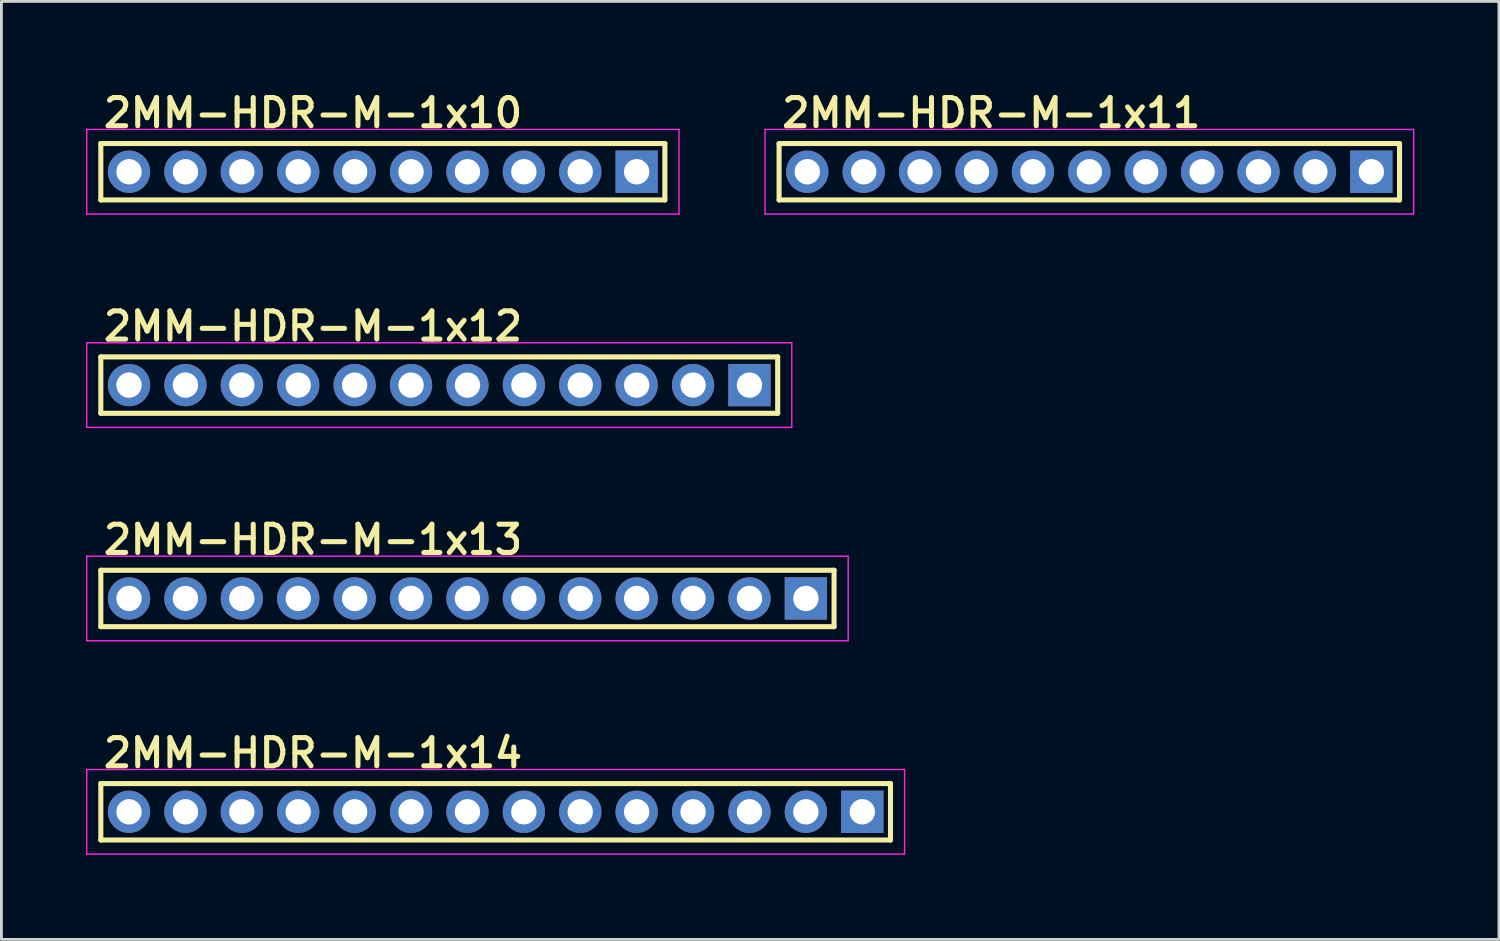
<source format=kicad_pcb>
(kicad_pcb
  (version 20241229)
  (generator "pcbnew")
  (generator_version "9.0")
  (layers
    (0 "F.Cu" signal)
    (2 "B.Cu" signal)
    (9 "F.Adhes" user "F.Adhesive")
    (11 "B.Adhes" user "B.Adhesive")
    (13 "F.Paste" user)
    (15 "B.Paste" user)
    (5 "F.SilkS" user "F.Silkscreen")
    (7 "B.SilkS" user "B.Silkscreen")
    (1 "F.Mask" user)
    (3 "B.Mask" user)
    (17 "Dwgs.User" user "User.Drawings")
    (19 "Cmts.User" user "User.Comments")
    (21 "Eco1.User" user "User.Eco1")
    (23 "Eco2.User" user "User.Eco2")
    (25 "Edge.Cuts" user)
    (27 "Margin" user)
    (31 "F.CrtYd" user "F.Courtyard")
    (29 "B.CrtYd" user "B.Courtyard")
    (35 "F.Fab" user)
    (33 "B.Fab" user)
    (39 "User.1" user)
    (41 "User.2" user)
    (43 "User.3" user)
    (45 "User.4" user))
  (footprint "2MM-HDR-M-1x13"
    (layer "F.Cu")
    (at 13.525 18.17)
    (property "Reference" "2MM-HDR-M-1x13" (at -13 -1.5 0) (layer "F.SilkS") (effects (font (size 1 1) (thickness 0.18)) (justify left bottom)))
    (attr through_hole)
    (fp_line (start -13 -1) (end 13 -1) (stroke (width 0.18) (type solid)) (layer "F.SilkS"))
    (fp_line (start -13 1) (end -13 -1) (stroke (width 0.18) (type solid)) (layer "F.SilkS"))
    (fp_line (start 13 -1) (end 13 1) (stroke (width 0.18) (type solid)) (layer "F.SilkS"))
    (fp_line (start 13 1) (end -13 1) (stroke (width 0.18) (type solid)) (layer "F.SilkS"))
    (fp_line (start -13.5 -1.5) (end 13.5 -1.5) (stroke (width 0.05) (type solid)) (layer "F.CrtYd"))
    (fp_line (start -13.5 1.5) (end -13.5 -1.5) (stroke (width 0.05) (type solid)) (layer "F.CrtYd"))
    (fp_line (start 13.5 -1.5) (end 13.5 1.5) (stroke (width 0.05) (type solid)) (layer "F.CrtYd"))
    (fp_line (start 13.5 1.5) (end -13.5 1.5) (stroke (width 0.05) (type solid)) (layer "F.CrtYd"))
    (pad "1" thru_hole rect (at 12 0) (size 1.5 1.5) (drill 0.9) (layers "*.Cu" "*.Mask"))
    (pad "2" thru_hole circle (at 10 0 90) (size 1.5 1.5) (drill 0.9) (layers "*.Cu" "*.Mask"))
    (pad "3" thru_hole circle (at 8 0 90) (size 1.5 1.5) (drill 0.9) (layers "*.Cu" "*.Mask"))
    (pad "4" thru_hole circle (at 6 0 90) (size 1.5 1.5) (drill 0.9) (layers "*.Cu" "*.Mask"))
    (pad "5" thru_hole circle (at 4 0 90) (size 1.5 1.5) (drill 0.9) (layers "*.Cu" "*.Mask"))
    (pad "6" thru_hole circle (at 2 0 90) (size 1.5 1.5) (drill 0.9) (layers "*.Cu" "*.Mask"))
    (pad "7" thru_hole circle (at 0 0 90) (size 1.5 1.5) (drill 0.9) (layers "*.Cu" "*.Mask"))
    (pad "8" thru_hole circle (at -2 0 90) (size 1.5 1.5) (drill 0.9) (layers "*.Cu" "*.Mask"))
    (pad "9" thru_hole circle (at -4 0 90) (size 1.5 1.5) (drill 0.9) (layers "*.Cu" "*.Mask"))
    (pad "10" thru_hole circle (at -6 0 90) (size 1.5 1.5) (drill 0.9) (layers "*.Cu" "*.Mask"))
    (pad "11" thru_hole circle (at -8 0 90) (size 1.5 1.5) (drill 0.9) (layers "*.Cu" "*.Mask"))
    (pad "12" thru_hole circle (at -10 0 90) (size 1.5 1.5) (drill 0.9) (layers "*.Cu" "*.Mask"))
    (pad "13" thru_hole circle (at -12 0 90) (size 1.5 1.5) (drill 0.9) (layers "*.Cu" "*.Mask")))
  (footprint "2MM-HDR-M-1x12"
    (layer "F.Cu")
    (at 12.525 10.605)
    (property "Reference" "2MM-HDR-M-1x12" (at -12 -1.5 0) (layer "F.SilkS") (effects (font (size 1 1) (thickness 0.18)) (justify left bottom)))
    (attr through_hole)
    (fp_line (start -12 -1) (end 12 -1) (stroke (width 0.18) (type solid)) (layer "F.SilkS"))
    (fp_line (start -12 1) (end -12 -1) (stroke (width 0.18) (type solid)) (layer "F.SilkS"))
    (fp_line (start 12 -1) (end 12 1) (stroke (width 0.18) (type solid)) (layer "F.SilkS"))
    (fp_line (start 12 1) (end -12 1) (stroke (width 0.18) (type solid)) (layer "F.SilkS"))
    (fp_line (start -12.5 -1.5) (end 12.5 -1.5) (stroke (width 0.05) (type solid)) (layer "F.CrtYd"))
    (fp_line (start -12.5 1.5) (end -12.5 -1.5) (stroke (width 0.05) (type solid)) (layer "F.CrtYd"))
    (fp_line (start 12.5 -1.5) (end 12.5 1.5) (stroke (width 0.05) (type solid)) (layer "F.CrtYd"))
    (fp_line (start 12.5 1.5) (end -12.5 1.5) (stroke (width 0.05) (type solid)) (layer "F.CrtYd"))
    (pad "1" thru_hole rect (at 11 0) (size 1.5 1.5) (drill 0.9) (layers "*.Cu" "*.Mask"))
    (pad "2" thru_hole circle (at 9 0 90) (size 1.5 1.5) (drill 0.9) (layers "*.Cu" "*.Mask"))
    (pad "3" thru_hole circle (at 7 0 90) (size 1.5 1.5) (drill 0.9) (layers "*.Cu" "*.Mask"))
    (pad "4" thru_hole circle (at 5 0 90) (size 1.5 1.5) (drill 0.9) (layers "*.Cu" "*.Mask"))
    (pad "5" thru_hole circle (at 3 0 90) (size 1.5 1.5) (drill 0.9) (layers "*.Cu" "*.Mask"))
    (pad "6" thru_hole circle (at 1 0 90) (size 1.5 1.5) (drill 0.9) (layers "*.Cu" "*.Mask"))
    (pad "7" thru_hole circle (at -1 0 90) (size 1.5 1.5) (drill 0.9) (layers "*.Cu" "*.Mask"))
    (pad "8" thru_hole circle (at -3 0 90) (size 1.5 1.5) (drill 0.9) (layers "*.Cu" "*.Mask"))
    (pad "9" thru_hole circle (at -5 0 90) (size 1.5 1.5) (drill 0.9) (layers "*.Cu" "*.Mask"))
    (pad "10" thru_hole circle (at -7 0 90) (size 1.5 1.5) (drill 0.9) (layers "*.Cu" "*.Mask"))
    (pad "11" thru_hole circle (at -9 0 90) (size 1.5 1.5) (drill 0.9) (layers "*.Cu" "*.Mask"))
    (pad "12" thru_hole circle (at -11 0 90) (size 1.5 1.5) (drill 0.9) (layers "*.Cu" "*.Mask")))
  (footprint "2MM-HDR-M-1x11"
    (layer "F.Cu")
    (at 35.575 3.04)
    (property "Reference" "2MM-HDR-M-1x11" (at -11 -1.5 0) (layer "F.SilkS") (effects (font (size 1 1) (thickness 0.18)) (justify left bottom)))
    (attr through_hole)
    (fp_line (start -11 -1) (end 11 -1) (stroke (width 0.18) (type solid)) (layer "F.SilkS"))
    (fp_line (start -11 1) (end -11 -1) (stroke (width 0.18) (type solid)) (layer "F.SilkS"))
    (fp_line (start 11 -1) (end 11 1) (stroke (width 0.18) (type solid)) (layer "F.SilkS"))
    (fp_line (start 11 1) (end -11 1) (stroke (width 0.18) (type solid)) (layer "F.SilkS"))
    (fp_line (start -11.5 -1.5) (end 11.5 -1.5) (stroke (width 0.05) (type solid)) (layer "F.CrtYd"))
    (fp_line (start -11.5 1.5) (end -11.5 -1.5) (stroke (width 0.05) (type solid)) (layer "F.CrtYd"))
    (fp_line (start 11.5 -1.5) (end 11.5 1.5) (stroke (width 0.05) (type solid)) (layer "F.CrtYd"))
    (fp_line (start 11.5 1.5) (end -11.5 1.5) (stroke (width 0.05) (type solid)) (layer "F.CrtYd"))
    (pad "1" thru_hole rect (at 10 0) (size 1.5 1.5) (drill 0.9) (layers "*.Cu" "*.Mask"))
    (pad "2" thru_hole circle (at 8 0 90) (size 1.5 1.5) (drill 0.9) (layers "*.Cu" "*.Mask"))
    (pad "3" thru_hole circle (at 6 0 90) (size 1.5 1.5) (drill 0.9) (layers "*.Cu" "*.Mask"))
    (pad "4" thru_hole circle (at 4 0 90) (size 1.5 1.5) (drill 0.9) (layers "*.Cu" "*.Mask"))
    (pad "5" thru_hole circle (at 2 0 90) (size 1.5 1.5) (drill 0.9) (layers "*.Cu" "*.Mask"))
    (pad "6" thru_hole circle (at 0 0 90) (size 1.5 1.5) (drill 0.9) (layers "*.Cu" "*.Mask"))
    (pad "7" thru_hole circle (at -2 0 90) (size 1.5 1.5) (drill 0.9) (layers "*.Cu" "*.Mask"))
    (pad "8" thru_hole circle (at -4 0 90) (size 1.5 1.5) (drill 0.9) (layers "*.Cu" "*.Mask"))
    (pad "9" thru_hole circle (at -6 0 90) (size 1.5 1.5) (drill 0.9) (layers "*.Cu" "*.Mask"))
    (pad "10" thru_hole circle (at -8 0 90) (size 1.5 1.5) (drill 0.9) (layers "*.Cu" "*.Mask"))
    (pad "11" thru_hole circle (at -10 0 90) (size 1.5 1.5) (drill 0.9) (layers "*.Cu" "*.Mask")))
  (footprint "2MM-HDR-M-1x14"
    (layer "F.Cu")
    (at 14.525 25.735)
    (property "Reference" "2MM-HDR-M-1x14" (at -14 -1.5 0) (layer "F.SilkS") (effects (font (size 1 1) (thickness 0.18)) (justify left bottom)))
    (attr through_hole)
    (fp_line (start -14 -1) (end 14 -1) (stroke (width 0.18) (type solid)) (layer "F.SilkS"))
    (fp_line (start -14 1) (end -14 -1) (stroke (width 0.18) (type solid)) (layer "F.SilkS"))
    (fp_line (start 14 -1) (end 14 1) (stroke (width 0.18) (type solid)) (layer "F.SilkS"))
    (fp_line (start 14 1) (end -14 1) (stroke (width 0.18) (type solid)) (layer "F.SilkS"))
    (fp_line (start -14.5 -1.5) (end 14.5 -1.5) (stroke (width 0.05) (type solid)) (layer "F.CrtYd"))
    (fp_line (start -14.5 1.5) (end -14.5 -1.5) (stroke (width 0.05) (type solid)) (layer "F.CrtYd"))
    (fp_line (start 14.5 -1.5) (end 14.5 1.5) (stroke (width 0.05) (type solid)) (layer "F.CrtYd"))
    (fp_line (start 14.5 1.5) (end -14.5 1.5) (stroke (width 0.05) (type solid)) (layer "F.CrtYd"))
    (pad "1" thru_hole rect (at 13 0) (size 1.5 1.5) (drill 0.9) (layers "*.Cu" "*.Mask"))
    (pad "2" thru_hole circle (at 11 0 90) (size 1.5 1.5) (drill 0.9) (layers "*.Cu" "*.Mask"))
    (pad "3" thru_hole circle (at 9 0 90) (size 1.5 1.5) (drill 0.9) (layers "*.Cu" "*.Mask"))
    (pad "4" thru_hole circle (at 7 0 90) (size 1.5 1.5) (drill 0.9) (layers "*.Cu" "*.Mask"))
    (pad "5" thru_hole circle (at 5 0 90) (size 1.5 1.5) (drill 0.9) (layers "*.Cu" "*.Mask"))
    (pad "6" thru_hole circle (at 3 0 90) (size 1.5 1.5) (drill 0.9) (layers "*.Cu" "*.Mask"))
    (pad "7" thru_hole circle (at 1 0 90) (size 1.5 1.5) (drill 0.9) (layers "*.Cu" "*.Mask"))
    (pad "8" thru_hole circle (at -1 0 90) (size 1.5 1.5) (drill 0.9) (layers "*.Cu" "*.Mask"))
    (pad "9" thru_hole circle (at -3 0 90) (size 1.5 1.5) (drill 0.9) (layers "*.Cu" "*.Mask"))
    (pad "10" thru_hole circle (at -5 0 90) (size 1.5 1.5) (drill 0.9) (layers "*.Cu" "*.Mask"))
    (pad "11" thru_hole circle (at -7 0 90) (size 1.5 1.5) (drill 0.9) (layers "*.Cu" "*.Mask"))
    (pad "12" thru_hole circle (at -9 0 90) (size 1.5 1.5) (drill 0.9) (layers "*.Cu" "*.Mask"))
    (pad "13" thru_hole circle (at -11 0 90) (size 1.5 1.5) (drill 0.9) (layers "*.Cu" "*.Mask"))
    (pad "14" thru_hole circle (at -13 0 90) (size 1.5 1.5) (drill 0.9) (layers "*.Cu" "*.Mask")))
  (footprint "2MM-HDR-M-1x10"
    (layer "F.Cu")
    (at 10.525 3.04)
    (property "Reference" "2MM-HDR-M-1x10" (at -10 -1.5 0) (layer "F.SilkS") (effects (font (size 1 1) (thickness 0.18)) (justify left bottom)))
    (attr through_hole)
    (fp_line (start -10 -1) (end 10 -1) (stroke (width 0.18) (type solid)) (layer "F.SilkS"))
    (fp_line (start -10 1) (end -10 -1) (stroke (width 0.18) (type solid)) (layer "F.SilkS"))
    (fp_line (start 10 -1) (end 10 1) (stroke (width 0.18) (type solid)) (layer "F.SilkS"))
    (fp_line (start 10 1) (end -10 1) (stroke (width 0.18) (type solid)) (layer "F.SilkS"))
    (fp_line (start -10.5 -1.5) (end 10.5 -1.5) (stroke (width 0.05) (type solid)) (layer "F.CrtYd"))
    (fp_line (start -10.5 1.5) (end -10.5 -1.5) (stroke (width 0.05) (type solid)) (layer "F.CrtYd"))
    (fp_line (start 10.5 -1.5) (end 10.5 1.5) (stroke (width 0.05) (type solid)) (layer "F.CrtYd"))
    (fp_line (start 10.5 1.5) (end -10.5 1.5) (stroke (width 0.05) (type solid)) (layer "F.CrtYd"))
    (pad "1" thru_hole rect (at 9 0) (size 1.5 1.5) (drill 0.9) (layers "*.Cu" "*.Mask"))
    (pad "2" thru_hole circle (at 7 0 90) (size 1.5 1.5) (drill 0.9) (layers "*.Cu" "*.Mask"))
    (pad "3" thru_hole circle (at 5 0 90) (size 1.5 1.5) (drill 0.9) (layers "*.Cu" "*.Mask"))
    (pad "4" thru_hole circle (at 3 0 90) (size 1.5 1.5) (drill 0.9) (layers "*.Cu" "*.Mask"))
    (pad "5" thru_hole circle (at 1 0 90) (size 1.5 1.5) (drill 0.9) (layers "*.Cu" "*.Mask"))
    (pad "6" thru_hole circle (at -1 0 90) (size 1.5 1.5) (drill 0.9) (layers "*.Cu" "*.Mask"))
    (pad "7" thru_hole circle (at -3 0 90) (size 1.5 1.5) (drill 0.9) (layers "*.Cu" "*.Mask"))
    (pad "8" thru_hole circle (at -5 0 90) (size 1.5 1.5) (drill 0.9) (layers "*.Cu" "*.Mask"))
    (pad "9" thru_hole circle (at -7 0 90) (size 1.5 1.5) (drill 0.9) (layers "*.Cu" "*.Mask"))
    (pad "10" thru_hole circle (at -9 0 90) (size 1.5 1.5) (drill 0.9) (layers "*.Cu" "*.Mask")))
  (gr_rect
    (start -3 -3)
    (end 50.1 30.26)
    (stroke (width 0.1) (type default))
    (fill no)
    (layer "Edge.Cuts")))
</source>
